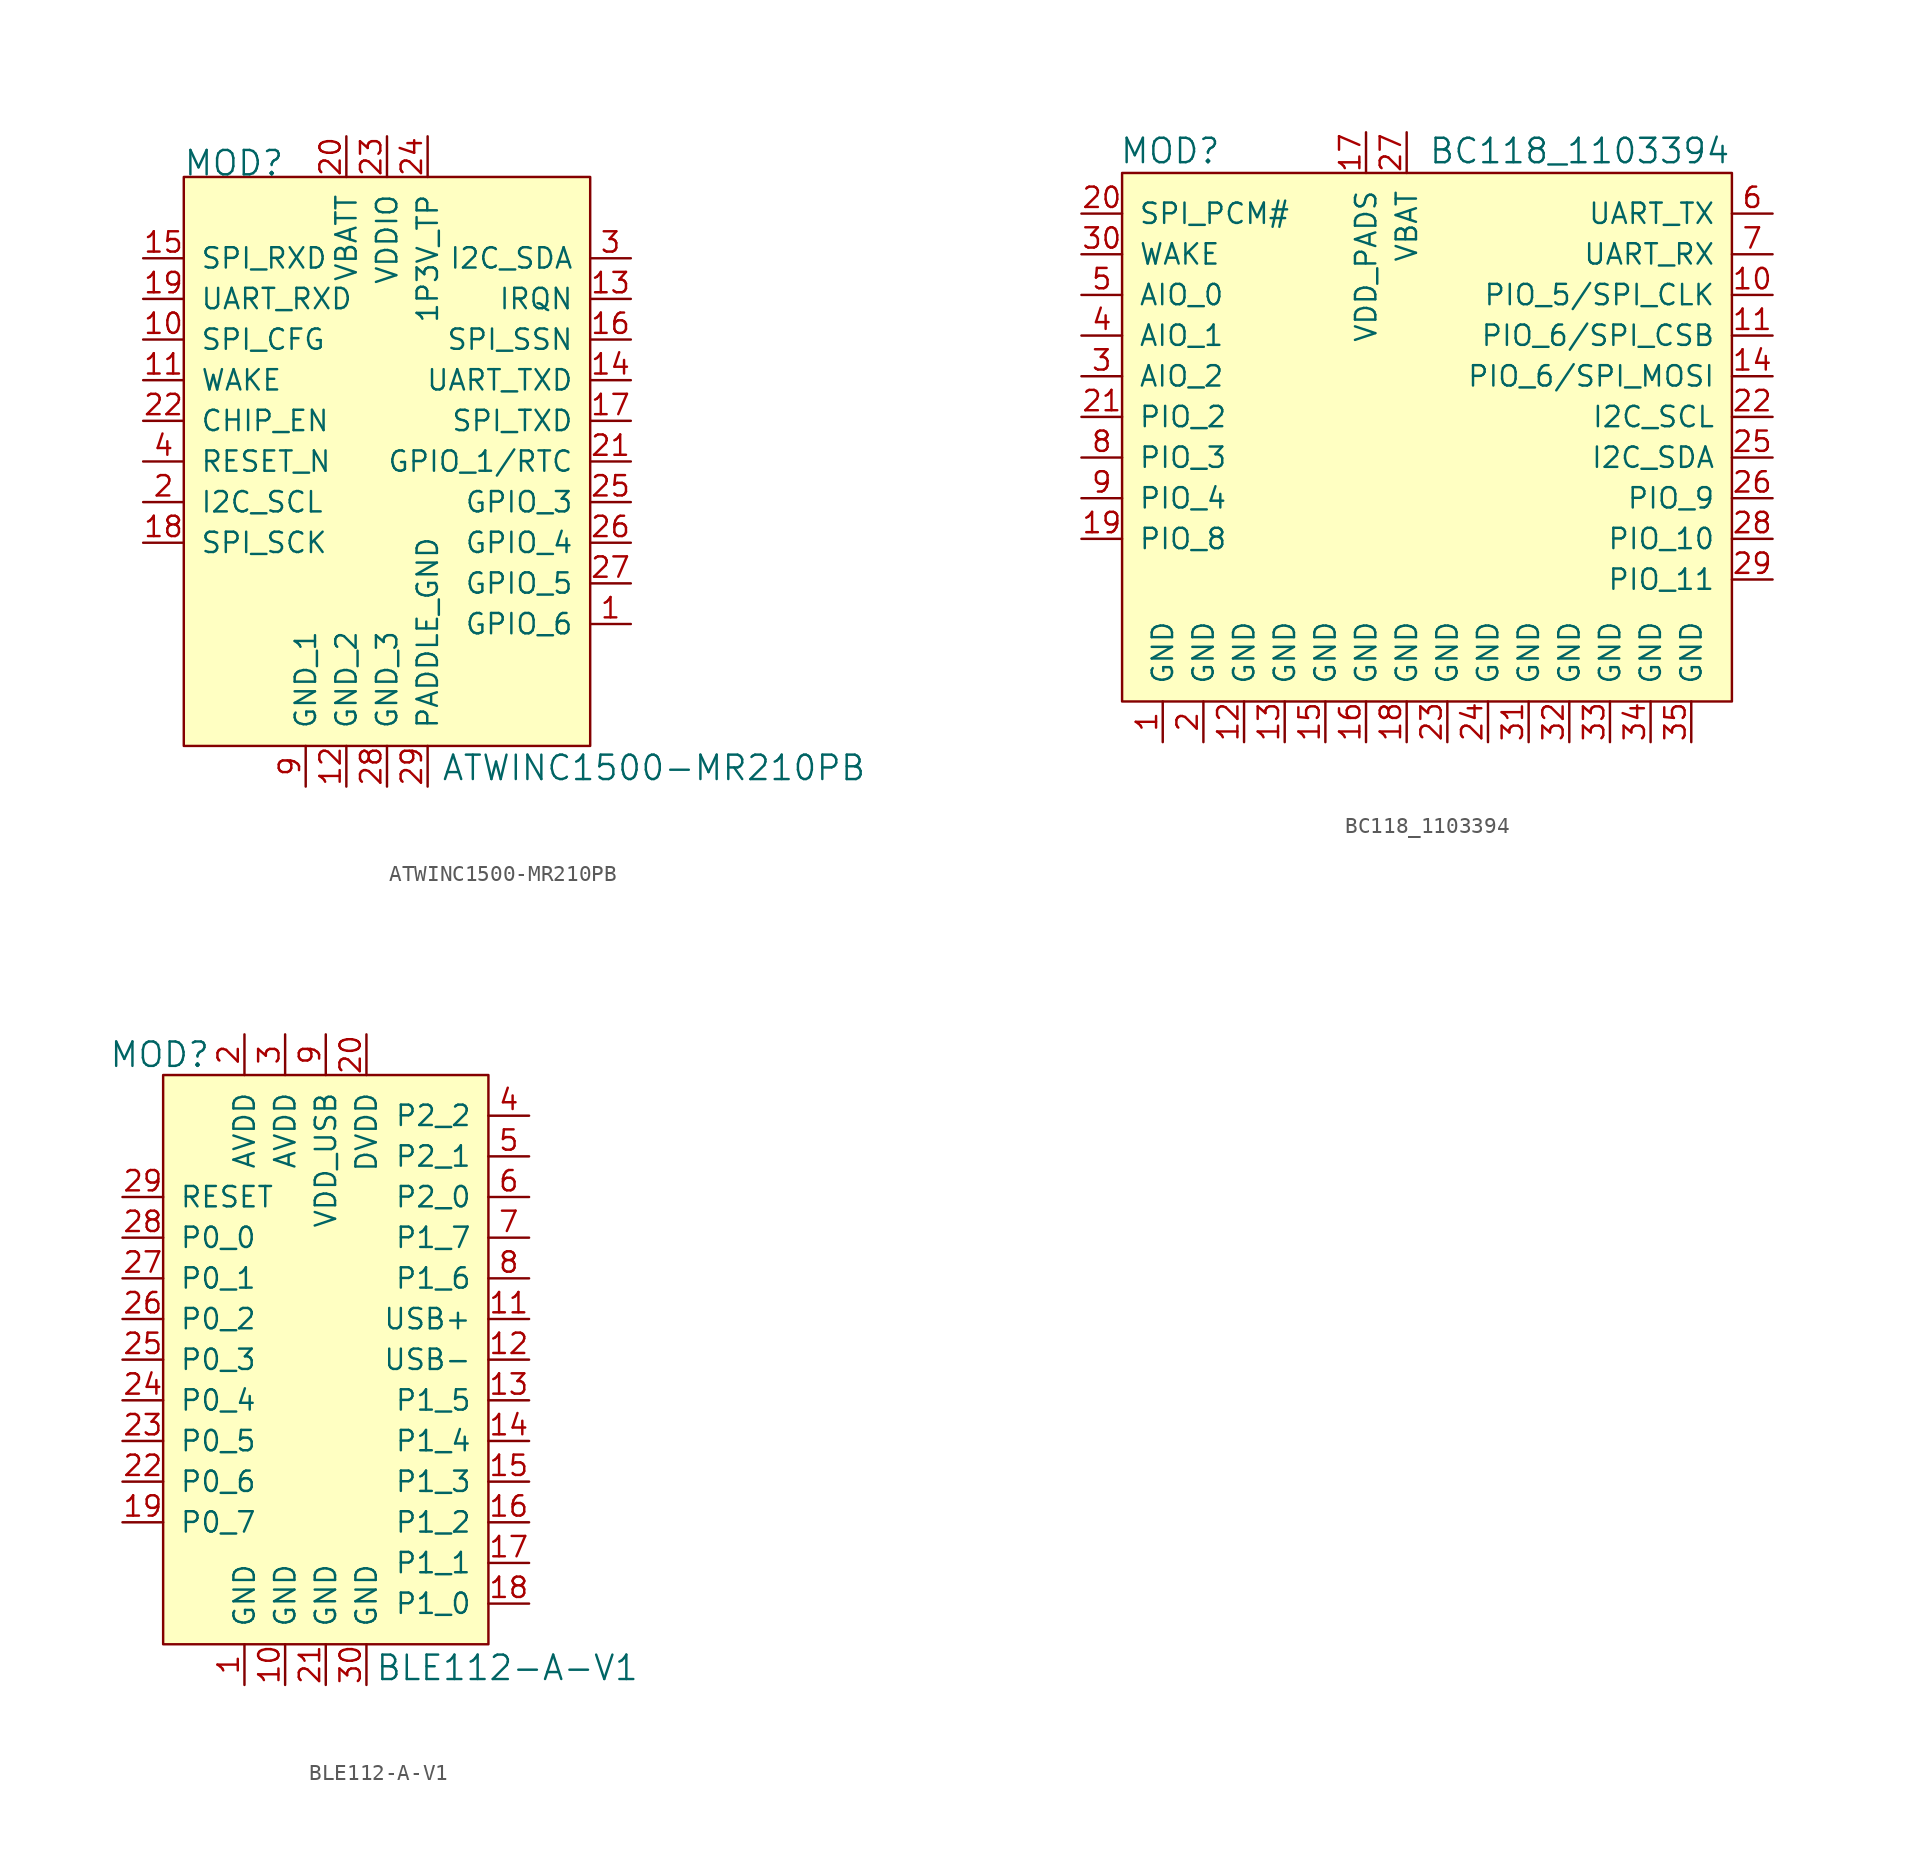
<source format=kicad_sym>
(kicad_symbol_lib
  (version 20211014)
  (generator kicad_symbol_editor)
  (symbol "ATWINC1500-MR210PB"
    (pin_names
      (offset 1.016))
    (property "Reference" "MOD"
      (at -15.291 18.644 0)
      (effects (font (size 1.524 1.524)) (justify left)))
    (property "Value" "ATWINC1500-MR210PB"
      (at 0.838 -19.152 0)
      (effects (font (size 1.524 1.524)) (justify left)))
    (symbol "ATWINC1500-MR210PB_0_1"
      (rectangle (start 10.16 17.78) (end -15.24 -17.78) (stroke (width 0) (type default) (color 0 0 0 0)) (fill (type background))))
    (symbol "ATWINC1500-MR210PB_1_1"
      (pin bidirectional line (at 12.7 -10.16 180) (length 2.54) (name "GPIO_6" (effects (font (size 1.27 1.27)))) (number "1" (effects (font (size 1.27 1.27)))))
      (pin input line (at -17.78 7.62 0) (length 2.54) (name "SPI_CFG" (effects (font (size 1.27 1.27)))) (number "10" (effects (font (size 1.27 1.27)))))
      (pin input line (at -17.78 5.08 0) (length 2.54) (name "WAKE" (effects (font (size 1.27 1.27)))) (number "11" (effects (font (size 1.27 1.27)))))
      (pin power_in line (at -5.08 -20.32 90) (length 2.54) (name "GND_2" (effects (font (size 1.27 1.27)))) (number "12" (effects (font (size 1.27 1.27)))))
      (pin output line (at 12.7 10.16 180) (length 2.54) (name "IRQN" (effects (font (size 1.27 1.27)))) (number "13" (effects (font (size 1.27 1.27)))))
      (pin output line (at 12.7 5.08 180) (length 2.54) (name "UART_TXD" (effects (font (size 1.27 1.27)))) (number "14" (effects (font (size 1.27 1.27)))))
      (pin bidirectional line (at -17.78 12.7 0) (length 2.54) (name "SPI_RXD" (effects (font (size 1.27 1.27)))) (number "15" (effects (font (size 1.27 1.27)))))
      (pin bidirectional line (at 12.7 7.62 180) (length 2.54) (name "SPI_SSN" (effects (font (size 1.27 1.27)))) (number "16" (effects (font (size 1.27 1.27)))))
      (pin bidirectional line (at 12.7 2.54 180) (length 2.54) (name "SPI_TXD" (effects (font (size 1.27 1.27)))) (number "17" (effects (font (size 1.27 1.27)))))
      (pin input line (at -17.78 -5.08 0) (length 2.54) (name "SPI_SCK" (effects (font (size 1.27 1.27)))) (number "18" (effects (font (size 1.27 1.27)))))
      (pin input line (at -17.78 10.16 0) (length 2.54) (name "UART_RXD" (effects (font (size 1.27 1.27)))) (number "19" (effects (font (size 1.27 1.27)))))
      (pin input line (at -17.78 -2.54 0) (length 2.54) (name "I2C_SCL" (effects (font (size 1.27 1.27)))) (number "2" (effects (font (size 1.27 1.27)))))
      (pin power_in line (at -5.08 20.32 270) (length 2.54) (name "VBATT" (effects (font (size 1.27 1.27)))) (number "20" (effects (font (size 1.27 1.27)))))
      (pin bidirectional line (at 12.7 0 180) (length 2.54) (name "GPIO_1/RTC" (effects (font (size 1.27 1.27)))) (number "21" (effects (font (size 1.27 1.27)))))
      (pin input line (at -17.78 2.54 0) (length 2.54) (name "CHIP_EN" (effects (font (size 1.27 1.27)))) (number "22" (effects (font (size 1.27 1.27)))))
      (pin power_in line (at -2.54 20.32 270) (length 2.54) (name "VDDIO" (effects (font (size 1.27 1.27)))) (number "23" (effects (font (size 1.27 1.27)))))
      (pin power_in line (at 0 20.32 270) (length 2.54) (name "1P3V_TP" (effects (font (size 1.27 1.27)))) (number "24" (effects (font (size 1.27 1.27)))))
      (pin bidirectional line (at 12.7 -2.54 180) (length 2.54) (name "GPIO_3" (effects (font (size 1.27 1.27)))) (number "25" (effects (font (size 1.27 1.27)))))
      (pin bidirectional line (at 12.7 -5.08 180) (length 2.54) (name "GPIO_4" (effects (font (size 1.27 1.27)))) (number "26" (effects (font (size 1.27 1.27)))))
      (pin bidirectional line (at 12.7 -7.62 180) (length 2.54) (name "GPIO_5" (effects (font (size 1.27 1.27)))) (number "27" (effects (font (size 1.27 1.27)))))
      (pin power_in line (at -2.54 -20.32 90) (length 2.54) (name "GND_3" (effects (font (size 1.27 1.27)))) (number "28" (effects (font (size 1.27 1.27)))))
      (pin power_in line (at 0 -20.32 90) (length 2.54) (name "PADDLE_GND" (effects (font (size 1.27 1.27)))) (number "29" (effects (font (size 1.27 1.27)))))
      (pin bidirectional line (at 12.7 12.7 180) (length 2.54) (name "I2C_SDA" (effects (font (size 1.27 1.27)))) (number "3" (effects (font (size 1.27 1.27)))))
      (pin input line (at -17.78 0 0) (length 2.54) (name "RESET_N" (effects (font (size 1.27 1.27)))) (number "4" (effects (font (size 1.27 1.27)))))
      (pin no_connect line (at 10.16 -12.7 180) (length 2.54) hide (name "NC" (effects (font (size 1.27 1.27)))) (number "5" (effects (font (size 1.27 1.27)))))
      (pin no_connect line (at -15.24 -12.7 0) (length 2.54) hide (name "NC" (effects (font (size 1.27 1.27)))) (number "6" (effects (font (size 1.27 1.27)))))
      (pin no_connect line (at -15.24 -10.16 0) (length 2.54) hide (name "NC" (effects (font (size 1.27 1.27)))) (number "7" (effects (font (size 1.27 1.27)))))
      (pin no_connect line (at -15.24 -7.62 0) (length 2.54) hide (name "NC" (effects (font (size 1.27 1.27)))) (number "8" (effects (font (size 1.27 1.27)))))
      (pin power_in line (at -7.62 -20.32 90) (length 2.54) (name "GND_1" (effects (font (size 1.27 1.27)))) (number "9" (effects (font (size 1.27 1.27)))))))
  (symbol "BC118_1103394"
    (pin_names
      (offset 1.016))
    (property "Reference" "MOD"
      (at -20.498 14.072 0)
      (effects (font (size 1.524 1.524)) (justify left)))
    (property "Value" "BC118_1103394"
      (at -1.194 14.072 0)
      (effects (font (size 1.524 1.524)) (justify left)))
    (symbol "BC118_1103394_0_1"
      (rectangle (start -20.32 12.7) (end 17.78 -20.32) (stroke (width 0) (type default) (color 0 0 0 0)) (fill (type background))))
    (symbol "BC118_1103394_1_1"
      (pin power_in line (at -17.78 -22.86 90) (length 2.54) (name "GND" (effects (font (size 1.27 1.27)))) (number "1" (effects (font (size 1.27 1.27)))))
      (pin bidirectional line (at 20.32 5.08 180) (length 2.54) (name "PIO_5/SPI_CLK" (effects (font (size 1.27 1.27)))) (number "10" (effects (font (size 1.27 1.27)))))
      (pin bidirectional line (at 20.32 2.54 180) (length 2.54) (name "PIO_6/SPI_CSB" (effects (font (size 1.27 1.27)))) (number "11" (effects (font (size 1.27 1.27)))))
      (pin power_in line (at -12.7 -22.86 90) (length 2.54) (name "GND" (effects (font (size 1.27 1.27)))) (number "12" (effects (font (size 1.27 1.27)))))
      (pin power_in line (at -10.16 -22.86 90) (length 2.54) (name "GND" (effects (font (size 1.27 1.27)))) (number "13" (effects (font (size 1.27 1.27)))))
      (pin bidirectional line (at 20.32 0 180) (length 2.54) (name "PIO_6/SPI_MOSI" (effects (font (size 1.27 1.27)))) (number "14" (effects (font (size 1.27 1.27)))))
      (pin power_in line (at -7.62 -22.86 90) (length 2.54) (name "GND" (effects (font (size 1.27 1.27)))) (number "15" (effects (font (size 1.27 1.27)))))
      (pin power_in line (at -5.08 -22.86 90) (length 2.54) (name "GND" (effects (font (size 1.27 1.27)))) (number "16" (effects (font (size 1.27 1.27)))))
      (pin power_in line (at -5.08 15.24 270) (length 2.54) (name "VDD_PADS" (effects (font (size 1.27 1.27)))) (number "17" (effects (font (size 1.27 1.27)))))
      (pin power_in line (at -2.54 -22.86 90) (length 2.54) (name "GND" (effects (font (size 1.27 1.27)))) (number "18" (effects (font (size 1.27 1.27)))))
      (pin bidirectional line (at -22.86 -10.16 0) (length 2.54) (name "PIO_8" (effects (font (size 1.27 1.27)))) (number "19" (effects (font (size 1.27 1.27)))))
      (pin power_in line (at -15.24 -22.86 90) (length 2.54) (name "GND" (effects (font (size 1.27 1.27)))) (number "2" (effects (font (size 1.27 1.27)))))
      (pin input line (at -22.86 10.16 0) (length 2.54) (name "SPI_PCM#" (effects (font (size 1.27 1.27)))) (number "20" (effects (font (size 1.27 1.27)))))
      (pin bidirectional line (at -22.86 -2.54 0) (length 2.54) (name "PIO_2" (effects (font (size 1.27 1.27)))) (number "21" (effects (font (size 1.27 1.27)))))
      (pin bidirectional line (at 20.32 -2.54 180) (length 2.54) (name "I2C_SCL" (effects (font (size 1.27 1.27)))) (number "22" (effects (font (size 1.27 1.27)))))
      (pin power_in line (at 0 -22.86 90) (length 2.54) (name "GND" (effects (font (size 1.27 1.27)))) (number "23" (effects (font (size 1.27 1.27)))))
      (pin power_in line (at 2.54 -22.86 90) (length 2.54) (name "GND" (effects (font (size 1.27 1.27)))) (number "24" (effects (font (size 1.27 1.27)))))
      (pin bidirectional line (at 20.32 -5.08 180) (length 2.54) (name "I2C_SDA" (effects (font (size 1.27 1.27)))) (number "25" (effects (font (size 1.27 1.27)))))
      (pin bidirectional line (at 20.32 -7.62 180) (length 2.54) (name "PIO_9" (effects (font (size 1.27 1.27)))) (number "26" (effects (font (size 1.27 1.27)))))
      (pin power_in line (at -2.54 15.24 270) (length 2.54) (name "VBAT" (effects (font (size 1.27 1.27)))) (number "27" (effects (font (size 1.27 1.27)))))
      (pin bidirectional line (at 20.32 -10.16 180) (length 2.54) (name "PIO_10" (effects (font (size 1.27 1.27)))) (number "28" (effects (font (size 1.27 1.27)))))
      (pin bidirectional line (at 20.32 -12.7 180) (length 2.54) (name "PIO_11" (effects (font (size 1.27 1.27)))) (number "29" (effects (font (size 1.27 1.27)))))
      (pin bidirectional line (at -22.86 0 0) (length 2.54) (name "AIO_2" (effects (font (size 1.27 1.27)))) (number "3" (effects (font (size 1.27 1.27)))))
      (pin input line (at -22.86 7.62 0) (length 2.54) (name "WAKE" (effects (font (size 1.27 1.27)))) (number "30" (effects (font (size 1.27 1.27)))))
      (pin power_in line (at 5.08 -22.86 90) (length 2.54) (name "GND" (effects (font (size 1.27 1.27)))) (number "31" (effects (font (size 1.27 1.27)))))
      (pin power_in line (at 7.62 -22.86 90) (length 2.54) (name "GND" (effects (font (size 1.27 1.27)))) (number "32" (effects (font (size 1.27 1.27)))))
      (pin power_in line (at 10.16 -22.86 90) (length 2.54) (name "GND" (effects (font (size 1.27 1.27)))) (number "33" (effects (font (size 1.27 1.27)))))
      (pin power_in line (at 12.7 -22.86 90) (length 2.54) (name "GND" (effects (font (size 1.27 1.27)))) (number "34" (effects (font (size 1.27 1.27)))))
      (pin power_in line (at 15.24 -22.86 90) (length 2.54) (name "GND" (effects (font (size 1.27 1.27)))) (number "35" (effects (font (size 1.27 1.27)))))
      (pin bidirectional line (at -22.86 2.54 0) (length 2.54) (name "AIO_1" (effects (font (size 1.27 1.27)))) (number "4" (effects (font (size 1.27 1.27)))))
      (pin bidirectional line (at -22.86 5.08 0) (length 2.54) (name "AIO_0" (effects (font (size 1.27 1.27)))) (number "5" (effects (font (size 1.27 1.27)))))
      (pin bidirectional line (at 20.32 10.16 180) (length 2.54) (name "UART_TX" (effects (font (size 1.27 1.27)))) (number "6" (effects (font (size 1.27 1.27)))))
      (pin bidirectional line (at 20.32 7.62 180) (length 2.54) (name "UART_RX" (effects (font (size 1.27 1.27)))) (number "7" (effects (font (size 1.27 1.27)))))
      (pin bidirectional line (at -22.86 -5.08 0) (length 2.54) (name "PIO_3" (effects (font (size 1.27 1.27)))) (number "8" (effects (font (size 1.27 1.27)))))
      (pin bidirectional line (at -22.86 -7.62 0) (length 2.54) (name "PIO_4" (effects (font (size 1.27 1.27)))) (number "9" (effects (font (size 1.27 1.27)))))))
  (symbol "BLE112-A-V1"
    (pin_names
      (offset 1.016))
    (property "Reference" "MOD"
      (at -7.188 13.97 0)
      (effects (font (size 1.524 1.524)) (justify right)))
    (property "Value" "BLE112-A-V1"
      (at 3.073 -24.333 0)
      (effects (font (size 1.524 1.524)) (justify left)))
    (symbol "BLE112-A-V1_0_1"
      (rectangle (start -10.16 12.7) (end 10.16 -22.86) (stroke (width 0) (type default) (color 0 0 0 0)) (fill (type background))))
    (symbol "BLE112-A-V1_1_1"
      (pin power_in line (at -5.08 -25.4 90) (length 2.54) (name "GND" (effects (font (size 1.27 1.27)))) (number "1" (effects (font (size 1.27 1.27)))))
      (pin power_in line (at -2.54 -25.4 90) (length 2.54) (name "GND" (effects (font (size 1.27 1.27)))) (number "10" (effects (font (size 1.27 1.27)))))
      (pin bidirectional line (at 12.7 -2.54 180) (length 2.54) (name "USB+" (effects (font (size 1.27 1.27)))) (number "11" (effects (font (size 1.27 1.27)))))
      (pin bidirectional line (at 12.7 -5.08 180) (length 2.54) (name "USB-" (effects (font (size 1.27 1.27)))) (number "12" (effects (font (size 1.27 1.27)))))
      (pin bidirectional line (at 12.7 -7.62 180) (length 2.54) (name "P1_5" (effects (font (size 1.27 1.27)))) (number "13" (effects (font (size 1.27 1.27)))))
      (pin bidirectional line (at 12.7 -10.16 180) (length 2.54) (name "P1_4" (effects (font (size 1.27 1.27)))) (number "14" (effects (font (size 1.27 1.27)))))
      (pin bidirectional line (at 12.7 -12.7 180) (length 2.54) (name "P1_3" (effects (font (size 1.27 1.27)))) (number "15" (effects (font (size 1.27 1.27)))))
      (pin bidirectional line (at 12.7 -15.24 180) (length 2.54) (name "P1_2" (effects (font (size 1.27 1.27)))) (number "16" (effects (font (size 1.27 1.27)))))
      (pin bidirectional line (at 12.7 -17.78 180) (length 2.54) (name "P1_1" (effects (font (size 1.27 1.27)))) (number "17" (effects (font (size 1.27 1.27)))))
      (pin bidirectional line (at 12.7 -20.32 180) (length 2.54) (name "P1_0" (effects (font (size 1.27 1.27)))) (number "18" (effects (font (size 1.27 1.27)))))
      (pin bidirectional line (at -12.7 -15.24 0) (length 2.54) (name "P0_7" (effects (font (size 1.27 1.27)))) (number "19" (effects (font (size 1.27 1.27)))))
      (pin power_in line (at -5.08 15.24 270) (length 2.54) (name "AVDD" (effects (font (size 1.27 1.27)))) (number "2" (effects (font (size 1.27 1.27)))))
      (pin power_in line (at 2.54 15.24 270) (length 2.54) (name "DVDD" (effects (font (size 1.27 1.27)))) (number "20" (effects (font (size 1.27 1.27)))))
      (pin power_in line (at 0 -25.4 90) (length 2.54) (name "GND" (effects (font (size 1.27 1.27)))) (number "21" (effects (font (size 1.27 1.27)))))
      (pin bidirectional line (at -12.7 -12.7 0) (length 2.54) (name "P0_6" (effects (font (size 1.27 1.27)))) (number "22" (effects (font (size 1.27 1.27)))))
      (pin bidirectional line (at -12.7 -10.16 0) (length 2.54) (name "P0_5" (effects (font (size 1.27 1.27)))) (number "23" (effects (font (size 1.27 1.27)))))
      (pin bidirectional line (at -12.7 -7.62 0) (length 2.54) (name "P0_4" (effects (font (size 1.27 1.27)))) (number "24" (effects (font (size 1.27 1.27)))))
      (pin bidirectional line (at -12.7 -5.08 0) (length 2.54) (name "P0_3" (effects (font (size 1.27 1.27)))) (number "25" (effects (font (size 1.27 1.27)))))
      (pin bidirectional line (at -12.7 -2.54 0) (length 2.54) (name "P0_2" (effects (font (size 1.27 1.27)))) (number "26" (effects (font (size 1.27 1.27)))))
      (pin bidirectional line (at -12.7 0 0) (length 2.54) (name "P0_1" (effects (font (size 1.27 1.27)))) (number "27" (effects (font (size 1.27 1.27)))))
      (pin bidirectional line (at -12.7 2.54 0) (length 2.54) (name "P0_0" (effects (font (size 1.27 1.27)))) (number "28" (effects (font (size 1.27 1.27)))))
      (pin input line (at -12.7 5.08 0) (length 2.54) (name "RESET" (effects (font (size 1.27 1.27)))) (number "29" (effects (font (size 1.27 1.27)))))
      (pin power_in line (at -2.54 15.24 270) (length 2.54) (name "AVDD" (effects (font (size 1.27 1.27)))) (number "3" (effects (font (size 1.27 1.27)))))
      (pin power_in line (at 2.54 -25.4 90) (length 2.54) (name "GND" (effects (font (size 1.27 1.27)))) (number "30" (effects (font (size 1.27 1.27)))))
      (pin bidirectional line (at 12.7 10.16 180) (length 2.54) (name "P2_2" (effects (font (size 1.27 1.27)))) (number "4" (effects (font (size 1.27 1.27)))))
      (pin bidirectional line (at 12.7 7.62 180) (length 2.54) (name "P2_1" (effects (font (size 1.27 1.27)))) (number "5" (effects (font (size 1.27 1.27)))))
      (pin bidirectional line (at 12.7 5.08 180) (length 2.54) (name "P2_0" (effects (font (size 1.27 1.27)))) (number "6" (effects (font (size 1.27 1.27)))))
      (pin bidirectional line (at 12.7 2.54 180) (length 2.54) (name "P1_7" (effects (font (size 1.27 1.27)))) (number "7" (effects (font (size 1.27 1.27)))))
      (pin bidirectional line (at 12.7 0 180) (length 2.54) (name "P1_6" (effects (font (size 1.27 1.27)))) (number "8" (effects (font (size 1.27 1.27)))))
      (pin power_in line (at 0 15.24 270) (length 2.54) (name "VDD_USB" (effects (font (size 1.27 1.27)))) (number "9" (effects (font (size 1.27 1.27))))))))
</source>
